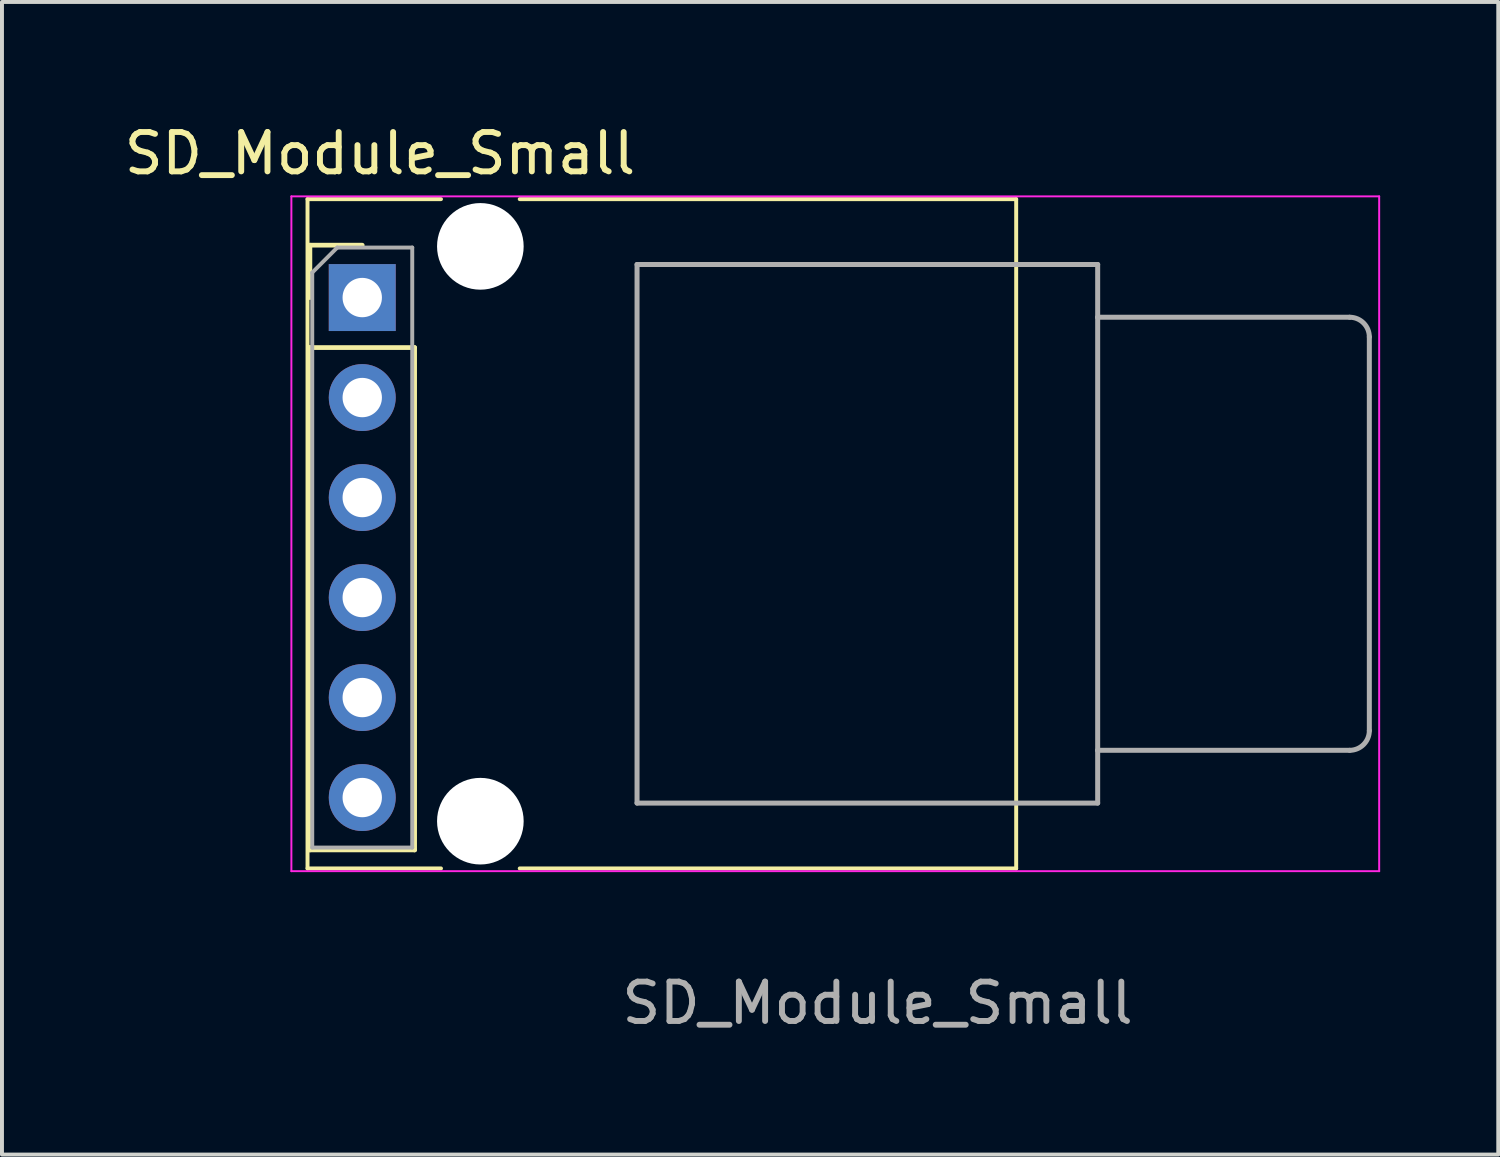
<source format=kicad_pcb>
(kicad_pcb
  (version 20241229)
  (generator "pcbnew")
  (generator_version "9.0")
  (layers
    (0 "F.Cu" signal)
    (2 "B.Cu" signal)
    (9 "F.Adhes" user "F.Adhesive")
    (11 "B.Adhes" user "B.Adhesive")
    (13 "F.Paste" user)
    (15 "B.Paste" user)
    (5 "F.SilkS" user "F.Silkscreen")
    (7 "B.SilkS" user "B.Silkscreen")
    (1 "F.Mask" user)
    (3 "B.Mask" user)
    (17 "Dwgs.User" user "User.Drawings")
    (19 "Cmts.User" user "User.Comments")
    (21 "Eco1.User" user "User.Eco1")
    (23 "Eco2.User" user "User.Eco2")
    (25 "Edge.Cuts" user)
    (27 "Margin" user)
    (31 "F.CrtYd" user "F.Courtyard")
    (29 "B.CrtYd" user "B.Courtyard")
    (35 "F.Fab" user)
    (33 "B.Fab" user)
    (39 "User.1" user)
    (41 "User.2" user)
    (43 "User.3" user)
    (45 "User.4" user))
  (footprint "SD_Module_Small"
    (layer "F.Cu")
    (at 6.151 4.508)
    (property "Reference" "SD_Module_Small" (at 0.45 -3.66 0) (unlocked yes) (layer "F.SilkS") (effects (font (size 1 1) (thickness 0.15))))
    (attr through_hole)
    (fp_line (start -1.39 -2.5) (end 2 -2.5) (stroke (width 0.1) (type default)) (layer "F.SilkS"))
    (fp_line (start -1.39 14.5) (end -1.39 -2.5) (stroke (width 0.1) (type default)) (layer "F.SilkS"))
    (fp_line (start -1.33 -1.33) (end 0 -1.33) (stroke (width 0.12) (type solid)) (layer "F.SilkS"))
    (fp_line (start -1.33 0) (end -1.33 -1.33) (stroke (width 0.12) (type solid)) (layer "F.SilkS"))
    (fp_line (start -1.33 1.27) (end -1.33 14.03) (stroke (width 0.12) (type solid)) (layer "F.SilkS"))
    (fp_line (start -1.33 1.27) (end 1.33 1.27) (stroke (width 0.12) (type solid)) (layer "F.SilkS"))
    (fp_line (start -1.33 14.03) (end 1.33 14.03) (stroke (width 0.12) (type solid)) (layer "F.SilkS"))
    (fp_line (start 1.33 1.27) (end 1.33 14.03) (stroke (width 0.12) (type solid)) (layer "F.SilkS"))
    (fp_line (start 2 14.5) (end -1.39 14.5) (stroke (width 0.1) (type default)) (layer "F.SilkS"))
    (fp_line (start 4 -2.5) (end 16.61 -2.5) (stroke (width 0.1) (type default)) (layer "F.SilkS"))
    (fp_line (start 16.61 -2.5) (end 16.61 14.5) (stroke (width 0.1) (type default)) (layer "F.SilkS"))
    (fp_line (start 16.61 14.5) (end 4 14.5) (stroke (width 0.1) (type default)) (layer "F.SilkS"))
    (fp_line (start -1.8 -2.57) (end 25.83 -2.57) (stroke (width 0.05) (type solid)) (layer "F.CrtYd"))
    (fp_line (start -1.8 14.57) (end -1.8 -2.57) (stroke (width 0.05) (type solid)) (layer "F.CrtYd"))
    (fp_line (start 25.83 -2.57) (end 25.83 14.57) (stroke (width 0.05) (type solid)) (layer "F.CrtYd"))
    (fp_line (start 25.83 14.57) (end -1.8 14.57) (stroke (width 0.05) (type solid)) (layer "F.CrtYd"))
    (fp_line (start -1.27 -0.635) (end -0.635 -1.27) (stroke (width 0.1) (type solid)) (layer "F.Fab"))
    (fp_line (start -1.27 13.97) (end -1.27 -0.635) (stroke (width 0.1) (type solid)) (layer "F.Fab"))
    (fp_line (start -0.635 -1.27) (end 1.27 -1.27) (stroke (width 0.1) (type solid)) (layer "F.Fab"))
    (fp_line (start 1.27 -1.27) (end 1.27 13.97) (stroke (width 0.1) (type solid)) (layer "F.Fab"))
    (fp_line (start 1.27 13.97) (end -1.27 13.97) (stroke (width 0.1) (type solid)) (layer "F.Fab"))
    (fp_line (start 6.98 -0.84) (end 18.68 -0.84) (stroke (width 0.127) (type solid)) (layer "F.Fab"))
    (fp_line (start 6.98 12.84) (end 6.98 -0.84) (stroke (width 0.127) (type solid)) (layer "F.Fab"))
    (fp_line (start 18.68 -0.84) (end 18.68 0.5) (stroke (width 0.127) (type solid)) (layer "F.Fab"))
    (fp_line (start 18.68 0.5) (end 18.68 11.5) (stroke (width 0.127) (type solid)) (layer "F.Fab"))
    (fp_line (start 18.68 11.5) (end 18.68 12.84) (stroke (width 0.127) (type solid)) (layer "F.Fab"))
    (fp_line (start 18.68 11.5) (end 25.08 11.5) (stroke (width 0.127) (type solid)) (layer "F.Fab"))
    (fp_line (start 18.68 12.84) (end 6.98 12.84) (stroke (width 0.127) (type solid)) (layer "F.Fab"))
    (fp_line (start 25.08 0.5) (end 18.68 0.5) (stroke (width 0.127) (type solid)) (layer "F.Fab"))
    (fp_line (start 25.58 11) (end 25.58 1) (stroke (width 0.127) (type solid)) (layer "F.Fab"))
    (fp_arc (start 25.08 0.5) (mid 25.433553 0.646447) (end 25.58 1) (stroke (width 0.127) (type solid)) (layer "F.Fab"))
    (fp_arc (start 25.58 11) (mid 25.433553 11.353553) (end 25.08 11.5) (stroke (width 0.127) (type solid)) (layer "F.Fab"))
    (fp_text user "${REFERENCE}" (at 13.09 17.92 0) (unlocked yes) (layer "F.Fab") (effects (font (size 1 1) (thickness 0.15))))
    (pad "" np_thru_hole circle (at 3 -1.3) (size 2.2 2.2) (drill 2.2) (layers "*.Cu" "*.Mask"))
    (pad "" np_thru_hole circle (at 3 13.3) (size 2.2 2.2) (drill 2.2) (layers "*.Cu" "*.Mask"))
    (pad "1" thru_hole rect (at 0 0) (size 1.7 1.7) (drill 1) (layers "*.Cu" "*.Mask"))
    (pad "2" thru_hole oval (at 0 2.54) (size 1.7 1.7) (drill 1) (layers "*.Cu" "*.Mask"))
    (pad "3" thru_hole oval (at 0 5.08) (size 1.7 1.7) (drill 1) (layers "*.Cu" "*.Mask"))
    (pad "4" thru_hole oval (at 0 7.62) (size 1.7 1.7) (drill 1) (layers "*.Cu" "*.Mask"))
    (pad "5" thru_hole oval (at 0 10.16) (size 1.7 1.7) (drill 1) (layers "*.Cu" "*.Mask"))
    (pad "6" thru_hole oval (at 0 12.7) (size 1.7 1.7) (drill 1) (layers "*.Cu" "*.Mask")))
  (gr_rect
    (start -3 -3)
    (end 35.006 26.276)
    (stroke (width 0.1) (type default))
    (fill no)
    (layer "Edge.Cuts")))
</source>
